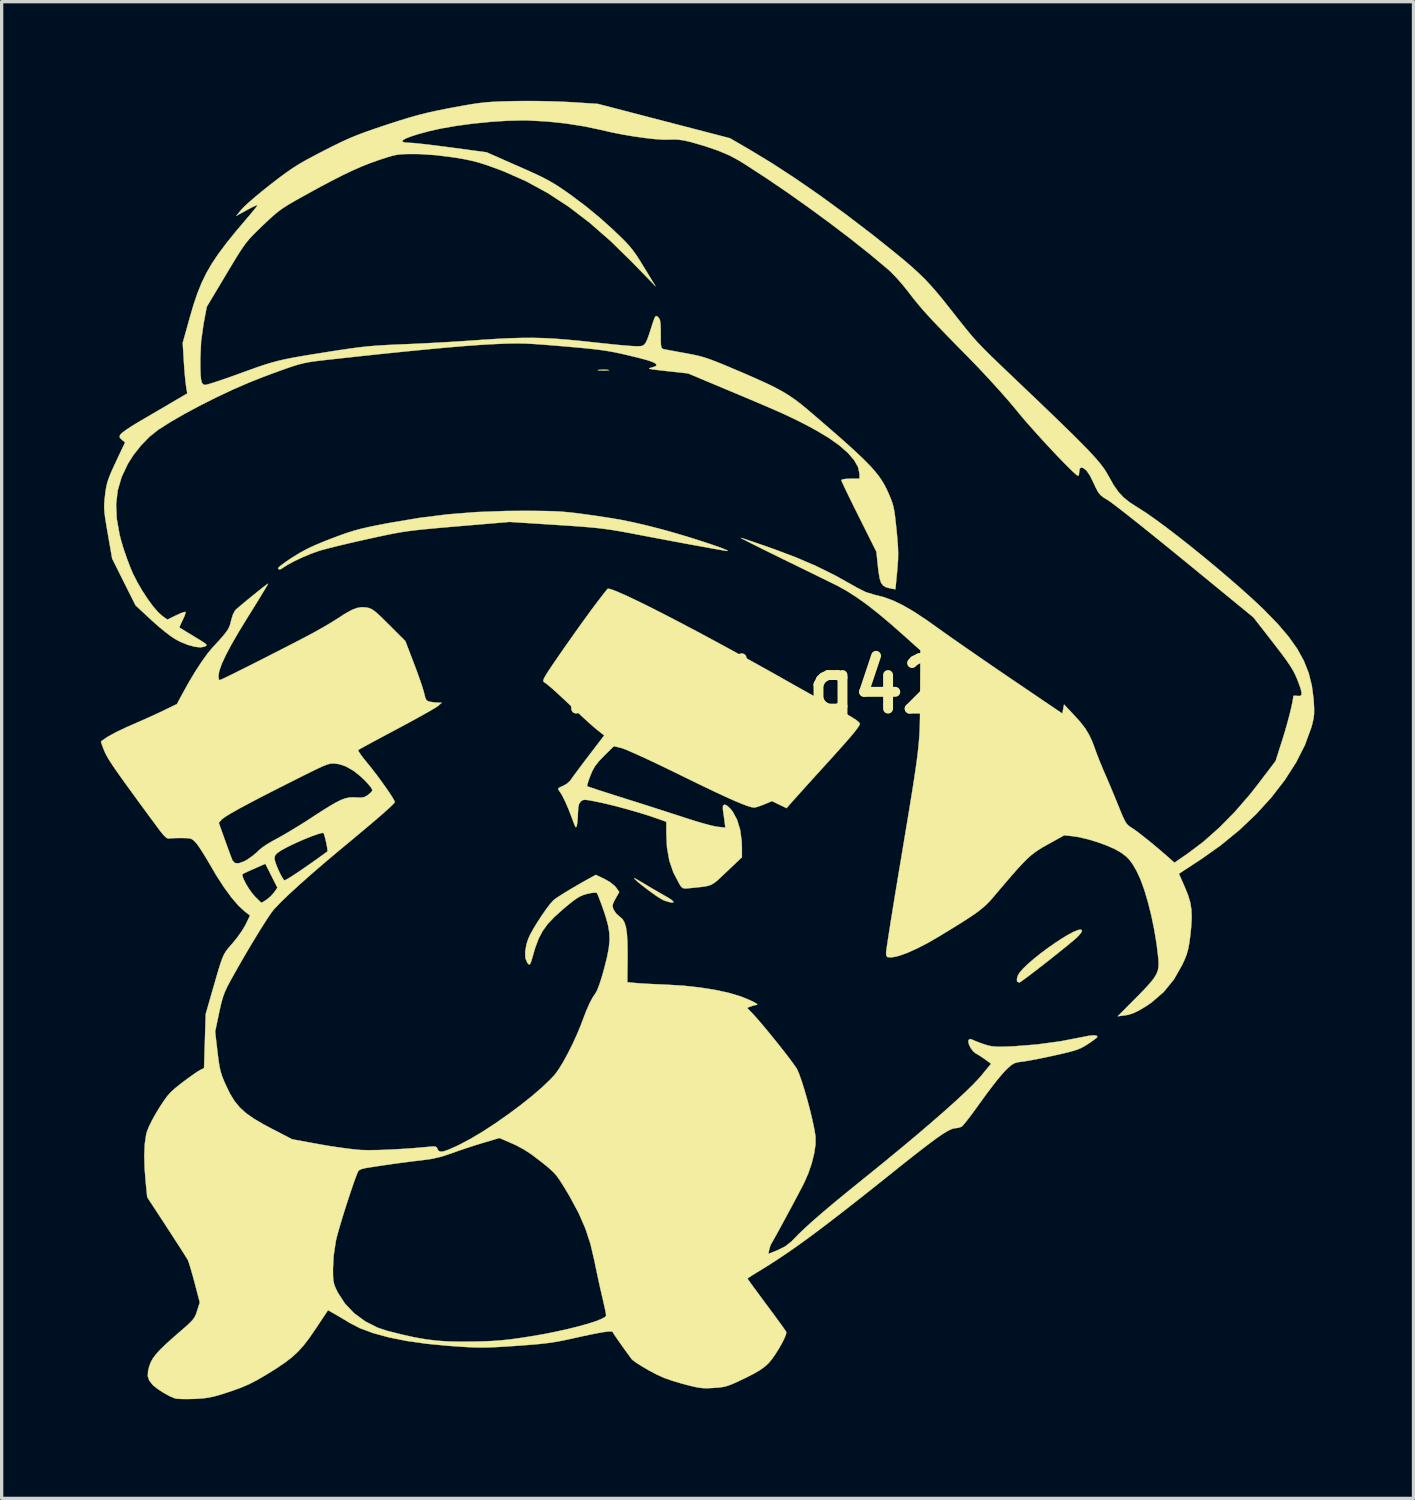
<source format=kicad_pcb>
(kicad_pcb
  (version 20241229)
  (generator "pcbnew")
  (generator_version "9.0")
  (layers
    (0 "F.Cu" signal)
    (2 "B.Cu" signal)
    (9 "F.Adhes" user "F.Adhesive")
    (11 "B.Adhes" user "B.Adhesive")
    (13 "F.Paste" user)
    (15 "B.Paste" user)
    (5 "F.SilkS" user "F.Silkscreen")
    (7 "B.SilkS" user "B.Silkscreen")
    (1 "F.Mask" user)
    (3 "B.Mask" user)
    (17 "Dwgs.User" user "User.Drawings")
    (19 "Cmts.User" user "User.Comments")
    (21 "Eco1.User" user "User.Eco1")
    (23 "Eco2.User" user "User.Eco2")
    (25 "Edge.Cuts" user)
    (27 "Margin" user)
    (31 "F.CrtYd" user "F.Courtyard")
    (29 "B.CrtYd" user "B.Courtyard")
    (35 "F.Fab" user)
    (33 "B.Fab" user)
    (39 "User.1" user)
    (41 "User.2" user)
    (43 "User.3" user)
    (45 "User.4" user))
  (footprint "F.Silk_g42"
    (layer "F.Cu")
    (at 19.856 17.694)
    (property "Reference" "F.Silk_g42" (at 0 0 0) (layer "F.SilkS") (effects (font (size 1.524 1.524) (thickness 0.3))))
    (attr through_hole)
    (fp_poly (pts (xy -4.519 -9.556) (xy -4.487 -9.547) (xy -4.53 -9.541) (xy -4.639 -9.539) (xy -4.657 -9.539) (xy -4.773 -9.541) (xy -4.825 -9.546) (xy -4.803 -9.555) (xy -4.794 -9.556) (xy -4.646 -9.563) (xy -4.519 -9.556)) (stroke (width 0.01) (type solid)) (fill yes) (layer "F.SilkS"))
    (fp_poly (pts (xy -3.692 5.83) (xy -3.601 5.88) (xy -3.468 5.958) (xy -3.355 6.026) (xy -3.168 6.137) (xy -2.979 6.247) (xy -2.819 6.339) (xy -2.762 6.37) (xy -2.612 6.461) (xy -2.541 6.524) (xy -2.545 6.555) (xy -2.622 6.551) (xy -2.77 6.508) (xy -2.841 6.481) (xy -2.925 6.437) (xy -3.049 6.357) (xy -3.195 6.254) (xy -3.349 6.14) (xy -3.495 6.027) (xy -3.617 5.927) (xy -3.699 5.852) (xy -3.725 5.815) (xy -3.692 5.83)) (stroke (width 0.01) (type solid)) (fill yes) (layer "F.SilkS"))
    (fp_poly (pts (xy 9.821 7.409) (xy 9.821 7.409) (xy 9.793 7.467) (xy 9.722 7.554) (xy 9.684 7.594) (xy 9.603 7.667) (xy 9.474 7.775) (xy 9.309 7.911) (xy 9.116 8.066) (xy 8.908 8.232) (xy 8.696 8.399) (xy 8.489 8.56) (xy 8.299 8.705) (xy 8.137 8.827) (xy 8.013 8.918) (xy 7.939 8.968) (xy 7.923 8.975) (xy 7.861 8.944) (xy 7.856 8.937) (xy 7.852 8.875) (xy 7.876 8.775) (xy 7.877 8.771) (xy 7.935 8.673) (xy 8.043 8.549) (xy 8.191 8.406) (xy 8.372 8.251) (xy 8.573 8.09) (xy 8.787 7.931) (xy 9.004 7.779) (xy 9.213 7.642) (xy 9.406 7.526) (xy 9.573 7.438) (xy 9.704 7.385) (xy 9.79 7.373) (xy 9.821 7.409)) (stroke (width 0.01) (type solid)) (fill yes) (layer "F.SilkS"))
    (fp_poly (pts (xy -6.673 -5.291) (xy -6.384 -5.287) (xy -6.139 -5.28) (xy -5.918 -5.268) (xy -5.702 -5.249) (xy -5.47 -5.223) (xy -5.202 -5.187) (xy -4.889 -5.143) (xy -4.47 -5.079) (xy -4.101 -5.016) (xy -3.752 -4.945) (xy -3.392 -4.862) (xy -2.991 -4.76) (xy -2.857 -4.725) (xy -2.613 -4.657) (xy -2.354 -4.582) (xy -2.091 -4.503) (xy -1.833 -4.422) (xy -1.589 -4.343) (xy -1.367 -4.269) (xy -1.178 -4.203) (xy -1.03 -4.148) (xy -0.933 -4.107) (xy -0.895 -4.083) (xy -0.927 -4.08) (xy -0.953 -4.083) (xy -1.117 -4.112) (xy -1.351 -4.153) (xy -1.641 -4.206) (xy -1.974 -4.266) (xy -2.335 -4.333) (xy -2.71 -4.403) (xy -3.087 -4.474) (xy -3.452 -4.543) (xy -3.598 -4.571) (xy -3.906 -4.63) (xy -4.168 -4.677) (xy -4.401 -4.716) (xy -4.621 -4.747) (xy -4.845 -4.774) (xy -5.088 -4.797) (xy -5.368 -4.82) (xy -5.7 -4.843) (xy -6.086 -4.868) (xy -7.493 -4.958) (xy -9.07 -4.825) (xy -9.482 -4.79) (xy -9.823 -4.759) (xy -10.108 -4.732) (xy -10.351 -4.706) (xy -10.567 -4.678) (xy -10.769 -4.648) (xy -10.971 -4.612) (xy -11.188 -4.569) (xy -11.434 -4.517) (xy -11.723 -4.454) (xy -11.79 -4.439) (xy -12.11 -4.368) (xy -12.422 -4.295) (xy -12.71 -4.226) (xy -12.959 -4.164) (xy -13.155 -4.112) (xy -13.271 -4.078) (xy -13.51 -3.991) (xy -13.763 -3.885) (xy -14.005 -3.771) (xy -14.209 -3.66) (xy -14.315 -3.593) (xy -14.409 -3.532) (xy -14.46 -3.518) (xy -14.493 -3.546) (xy -14.496 -3.552) (xy -14.472 -3.587) (xy -14.388 -3.658) (xy -14.257 -3.754) (xy -14.092 -3.865) (xy -14.06 -3.886) (xy -13.841 -4.02) (xy -13.624 -4.138) (xy -13.385 -4.25) (xy -13.103 -4.368) (xy -12.864 -4.461) (xy -12.615 -4.554) (xy -12.401 -4.629) (xy -12.204 -4.691) (xy -12.005 -4.745) (xy -11.783 -4.797) (xy -11.521 -4.852) (xy -11.199 -4.914) (xy -11.112 -4.93) (xy -10.226 -5.079) (xy -9.363 -5.187) (xy -8.495 -5.256) (xy -7.593 -5.289) (xy -7.027 -5.293) (xy -6.673 -5.291)) (stroke (width 0.01) (type solid)) (fill yes) (layer "F.SilkS"))
    (fp_poly (pts (xy -4.353 -2.895) (xy -4.167 -2.819) (xy -3.922 -2.709) (xy -3.623 -2.567) (xy -3.274 -2.395) (xy -2.881 -2.196) (xy -2.449 -1.973) (xy -1.982 -1.727) (xy -1.485 -1.462) (xy -0.963 -1.18) (xy -0.422 -0.883) (xy 0.135 -0.574) (xy 0.703 -0.256) (xy 0.741 -0.234) (xy 1.081 -0.042) (xy 1.418 0.147) (xy 1.738 0.326) (xy 2.031 0.49) (xy 2.285 0.631) (xy 2.488 0.743) (xy 2.63 0.819) (xy 2.631 0.82) (xy 2.838 0.936) (xy 2.992 1.035) (xy 3.082 1.11) (xy 3.102 1.14) (xy 3.092 1.181) (xy 3.047 1.255) (xy 2.963 1.367) (xy 2.836 1.522) (xy 2.661 1.723) (xy 2.435 1.977) (xy 2.186 2.253) (xy 1.951 2.511) (xy 1.726 2.759) (xy 1.52 2.987) (xy 1.341 3.186) (xy 1.198 3.345) (xy 1.098 3.456) (xy 1.067 3.491) (xy 0.885 3.699) (xy 0.445 3.487) (xy 0.212 3.584) (xy 0.075 3.636) (xy -0.038 3.672) (xy -0.088 3.682) (xy -0.17 3.671) (xy -0.296 3.634) (xy -0.468 3.569) (xy -0.693 3.475) (xy -0.973 3.35) (xy -1.315 3.19) (xy -1.721 2.996) (xy -2.197 2.764) (xy -2.307 2.709) (xy -2.654 2.54) (xy -2.986 2.38) (xy -3.293 2.235) (xy -3.566 2.109) (xy -3.795 2.007) (xy -3.971 1.931) (xy -4.083 1.888) (xy -4.106 1.882) (xy -4.339 1.825) (xy -4.636 2.118) (xy -4.793 2.282) (xy -4.902 2.42) (xy -4.984 2.562) (xy -5.049 2.715) (xy -5.103 2.861) (xy -5.138 2.973) (xy -5.15 3.032) (xy -5.149 3.036) (xy -5.105 3.053) (xy -4.991 3.091) (xy -4.817 3.149) (xy -4.594 3.221) (xy -4.331 3.305) (xy -4.04 3.397) (xy -3.994 3.412) (xy -3.651 3.52) (xy -3.29 3.635) (xy -2.932 3.75) (xy -2.6 3.857) (xy -2.312 3.95) (xy -2.145 4.005) (xy -1.894 4.085) (xy -1.654 4.156) (xy -1.442 4.213) (xy -1.278 4.251) (xy -1.199 4.264) (xy -0.967 4.288) (xy -0.993 4.081) (xy -1.014 3.924) (xy -1.035 3.778) (xy -1.041 3.736) (xy -1.039 3.631) (xy -0.996 3.593) (xy -0.92 3.62) (xy -0.821 3.71) (xy -0.747 3.801) (xy -0.614 4.045) (xy -0.52 4.349) (xy -0.472 4.698) (xy -0.466 4.881) (xy -0.466 5.185) (xy -0.92 5.616) (xy -1.088 5.775) (xy -1.213 5.891) (xy -1.315 5.971) (xy -1.412 6.023) (xy -1.523 6.057) (xy -1.667 6.08) (xy -1.863 6.101) (xy -2.043 6.119) (xy -2.174 6.13) (xy -2.251 6.119) (xy -2.304 6.074) (xy -2.351 6.003) (xy -2.537 5.651) (xy -2.662 5.286) (xy -2.732 4.887) (xy -2.751 4.48) (xy -2.752 4.113) (xy -2.932 4.047) (xy -3.226 3.945) (xy -3.575 3.836) (xy -3.946 3.729) (xy -4.311 3.631) (xy -4.64 3.552) (xy -4.713 3.536) (xy -4.935 3.49) (xy -5.089 3.461) (xy -5.192 3.448) (xy -5.257 3.451) (xy -5.301 3.467) (xy -5.337 3.495) (xy -5.388 3.565) (xy -5.415 3.675) (xy -5.424 3.827) (xy -5.431 3.99) (xy -5.445 4.139) (xy -5.456 4.212) (xy -5.472 4.267) (xy -5.49 4.277) (xy -5.518 4.231) (xy -5.561 4.122) (xy -5.606 4) (xy -5.706 3.74) (xy -5.807 3.507) (xy -5.901 3.318) (xy -5.98 3.19) (xy -5.997 3.17) (xy -6.026 3.123) (xy -6.004 3.087) (xy -5.918 3.045) (xy -5.888 3.033) (xy -5.761 2.962) (xy -5.66 2.87) (xy -5.644 2.848) (xy -5.595 2.777) (xy -5.504 2.652) (xy -5.381 2.487) (xy -5.236 2.294) (xy -5.1 2.115) (xy -4.63 1.5) (xy -4.844 1.332) (xy -4.951 1.242) (xy -5.102 1.109) (xy -5.279 0.947) (xy -5.466 0.772) (xy -5.545 0.697) (xy -5.816 0.439) (xy -6.034 0.235) (xy -6.204 0.082) (xy -6.331 -0.026) (xy -6.421 -0.094) (xy -6.455 -0.116) (xy -6.472 -0.135) (xy -6.472 -0.169) (xy -6.45 -0.227) (xy -6.402 -0.315) (xy -6.323 -0.441) (xy -6.208 -0.614) (xy -6.054 -0.839) (xy -5.855 -1.126) (xy -5.84 -1.148) (xy -5.552 -1.557) (xy -5.281 -1.937) (xy -5.032 -2.279) (xy -4.812 -2.573) (xy -4.628 -2.811) (xy -4.529 -2.933) (xy -4.475 -2.934) (xy -4.353 -2.895)) (stroke (width 0.01) (type solid)) (fill yes) (layer "F.SilkS"))
    (fp_poly (pts (xy -6.631 -17.687) (xy -6.24 -17.679) (xy -5.875 -17.666) (xy -5.64 -17.654) (xy -4.824 -17.602) (xy -2.825 -17.082) (xy -0.826 -16.563) (xy -0.21 -16.204) (xy 0.458 -15.799) (xy 1.168 -15.335) (xy 1.91 -14.821) (xy 2.673 -14.264) (xy 3.447 -13.673) (xy 3.789 -13.402) (xy 4.132 -13.126) (xy 4.419 -12.891) (xy 4.661 -12.684) (xy 4.87 -12.494) (xy 5.059 -12.31) (xy 5.237 -12.121) (xy 5.417 -11.915) (xy 5.61 -11.682) (xy 5.827 -11.409) (xy 5.855 -11.374) (xy 6.031 -11.15) (xy 6.181 -10.961) (xy 6.311 -10.799) (xy 6.428 -10.656) (xy 6.542 -10.524) (xy 6.658 -10.394) (xy 6.785 -10.26) (xy 6.93 -10.113) (xy 7.101 -9.945) (xy 7.305 -9.749) (xy 7.549 -9.515) (xy 7.841 -9.236) (xy 8.086 -9.003) (xy 8.527 -8.583) (xy 8.91 -8.215) (xy 9.241 -7.895) (xy 9.524 -7.619) (xy 9.762 -7.381) (xy 9.962 -7.178) (xy 10.127 -7.003) (xy 10.262 -6.853) (xy 10.372 -6.722) (xy 10.461 -6.606) (xy 10.533 -6.5) (xy 10.593 -6.4) (xy 10.623 -6.346) (xy 10.774 -6.078) (xy 10.918 -5.87) (xy 11.076 -5.7) (xy 11.265 -5.548) (xy 11.507 -5.393) (xy 11.513 -5.389) (xy 11.747 -5.24) (xy 12.033 -5.04) (xy 12.36 -4.799) (xy 12.719 -4.525) (xy 13.099 -4.225) (xy 13.492 -3.907) (xy 13.885 -3.581) (xy 14.271 -3.253) (xy 14.638 -2.933) (xy 14.977 -2.628) (xy 15.277 -2.346) (xy 15.354 -2.271) (xy 15.749 -1.864) (xy 16.074 -1.482) (xy 16.333 -1.116) (xy 16.532 -0.754) (xy 16.677 -0.387) (xy 16.773 -0.003) (xy 16.826 0.406) (xy 16.831 0.479) (xy 16.842 0.693) (xy 16.84 0.856) (xy 16.822 1) (xy 16.785 1.159) (xy 16.753 1.271) (xy 16.563 1.79) (xy 16.296 2.317) (xy 15.958 2.845) (xy 15.555 3.367) (xy 15.093 3.875) (xy 14.579 4.363) (xy 14.018 4.823) (xy 13.435 5.236) (xy 12.752 5.684) (xy 12.932 6.091) (xy 13.03 6.333) (xy 13.096 6.554) (xy 13.131 6.776) (xy 13.139 7.02) (xy 13.122 7.308) (xy 13.097 7.548) (xy 13.065 7.786) (xy 13.03 7.969) (xy 12.985 8.128) (xy 12.919 8.294) (xy 12.853 8.437) (xy 12.602 8.879) (xy 12.294 9.258) (xy 11.926 9.577) (xy 11.742 9.701) (xy 11.532 9.825) (xy 11.365 9.904) (xy 11.219 9.95) (xy 11.134 9.965) (xy 10.901 9.995) (xy 11.46 9.432) (xy 11.688 9.2) (xy 11.86 9.013) (xy 11.985 8.86) (xy 12.068 8.728) (xy 12.116 8.606) (xy 12.137 8.481) (xy 12.137 8.34) (xy 12.129 8.237) (xy 12.079 7.816) (xy 12.007 7.383) (xy 11.919 6.953) (xy 11.816 6.544) (xy 11.705 6.17) (xy 11.588 5.849) (xy 11.47 5.595) (xy 11.465 5.587) (xy 11.356 5.4) (xy 11.26 5.267) (xy 11.157 5.162) (xy 11.026 5.062) (xy 11.006 5.048) (xy 10.815 4.938) (xy 10.565 4.828) (xy 10.28 4.725) (xy 9.986 4.637) (xy 9.708 4.573) (xy 9.542 4.548) (xy 9.283 4.52) (xy 8.785 4.797) (xy 8.638 4.879) (xy 8.51 4.958) (xy 8.391 5.039) (xy 8.275 5.131) (xy 8.153 5.242) (xy 8.018 5.379) (xy 7.86 5.549) (xy 7.674 5.761) (xy 7.45 6.022) (xy 7.18 6.339) (xy 7.147 6.379) (xy 7.047 6.493) (xy 6.949 6.596) (xy 6.842 6.694) (xy 6.718 6.796) (xy 6.567 6.906) (xy 6.38 7.031) (xy 6.149 7.179) (xy 5.863 7.356) (xy 5.515 7.568) (xy 5.471 7.594) (xy 5.132 7.79) (xy 4.813 7.953) (xy 4.525 8.081) (xy 4.28 8.168) (xy 4.087 8.21) (xy 4.035 8.213) (xy 3.939 8.205) (xy 3.901 8.164) (xy 3.895 8.082) (xy 3.901 8.016) (xy 3.921 7.875) (xy 3.952 7.667) (xy 3.994 7.4) (xy 4.044 7.082) (xy 4.102 6.721) (xy 4.166 6.326) (xy 4.236 5.905) (xy 4.273 5.68) (xy 4.382 5.03) (xy 4.477 4.456) (xy 4.561 3.953) (xy 4.633 3.513) (xy 4.695 3.129) (xy 4.747 2.795) (xy 4.79 2.504) (xy 4.826 2.248) (xy 4.854 2.022) (xy 4.876 1.818) (xy 4.893 1.629) (xy 4.905 1.449) (xy 4.913 1.271) (xy 4.918 1.089) (xy 4.921 0.894) (xy 4.923 0.681) (xy 4.924 0.443) (xy 4.925 0.303) (xy 4.932 -1.074) (xy 4.487 -1.474) (xy 4.057 -1.854) (xy 3.673 -2.177) (xy 3.327 -2.449) (xy 3.01 -2.676) (xy 2.714 -2.866) (xy 2.43 -3.024) (xy 2.349 -3.064) (xy 2.164 -3.155) (xy 1.919 -3.275) (xy 1.63 -3.417) (xy 1.313 -3.572) (xy 0.985 -3.732) (xy 0.662 -3.89) (xy 0.647 -3.898) (xy 0.36 -4.038) (xy 0.1 -4.167) (xy -0.124 -4.279) (xy -0.303 -4.37) (xy -0.428 -4.435) (xy -0.489 -4.469) (xy -0.494 -4.473) (xy -0.453 -4.463) (xy -0.342 -4.428) (xy -0.174 -4.371) (xy 0.041 -4.297) (xy 0.293 -4.21) (xy 0.51 -4.133) (xy 1.175 -3.883) (xy 1.779 -3.623) (xy 2.347 -3.343) (xy 2.904 -3.032) (xy 2.985 -2.984) (xy 3.283 -2.834) (xy 3.556 -2.751) (xy 3.829 -2.682) (xy 4.108 -2.579) (xy 4.404 -2.436) (xy 4.729 -2.248) (xy 5.093 -2.008) (xy 5.397 -1.793) (xy 5.604 -1.645) (xy 5.868 -1.458) (xy 6.178 -1.242) (xy 6.519 -1.005) (xy 6.88 -0.756) (xy 7.247 -0.504) (xy 7.609 -0.257) (xy 7.693 -0.2) (xy 9.226 0.839) (xy 9.252 0.702) (xy 9.278 0.565) (xy 9.542 0.844) (xy 9.756 1.079) (xy 9.917 1.285) (xy 10.039 1.486) (xy 10.139 1.705) (xy 10.197 1.863) (xy 10.271 2.065) (xy 10.365 2.306) (xy 10.464 2.544) (xy 10.508 2.646) (xy 10.599 2.854) (xy 10.707 3.109) (xy 10.819 3.379) (xy 10.921 3.63) (xy 10.922 3.63) (xy 11.012 3.852) (xy 11.081 4.01) (xy 11.137 4.119) (xy 11.19 4.192) (xy 11.248 4.245) (xy 11.32 4.292) (xy 11.335 4.301) (xy 11.434 4.368) (xy 11.583 4.481) (xy 11.768 4.627) (xy 11.975 4.795) (xy 12.189 4.975) (xy 12.398 5.155) (xy 12.52 5.264) (xy 12.616 5.35) (xy 13.028 5.067) (xy 13.495 4.714) (xy 13.97 4.292) (xy 14.441 3.815) (xy 14.892 3.295) (xy 15.124 3.001) (xy 15.676 2.276) (xy 15.881 1.635) (xy 15.958 1.384) (xy 16.032 1.124) (xy 16.099 0.872) (xy 16.154 0.645) (xy 16.193 0.46) (xy 16.212 0.333) (xy 16.214 0.308) (xy 16.25 0.298) (xy 16.338 0.305) (xy 16.341 0.305) (xy 16.417 0.307) (xy 16.458 0.277) (xy 16.463 0.205) (xy 16.433 0.082) (xy 16.367 -0.104) (xy 16.331 -0.197) (xy 16.274 -0.328) (xy 16.207 -0.459) (xy 16.121 -0.601) (xy 16.008 -0.767) (xy 15.86 -0.969) (xy 15.668 -1.22) (xy 15.601 -1.307) (xy 15.007 -2.07) (xy 12.945 -3.76) (xy 12.575 -4.062) (xy 12.218 -4.352) (xy 11.879 -4.625) (xy 11.566 -4.876) (xy 11.286 -5.098) (xy 11.043 -5.289) (xy 10.846 -5.441) (xy 10.7 -5.55) (xy 10.613 -5.611) (xy 10.608 -5.614) (xy 10.474 -5.697) (xy 10.382 -5.769) (xy 10.313 -5.853) (xy 10.248 -5.972) (xy 10.174 -6.131) (xy 10.062 -6.358) (xy 9.96 -6.507) (xy 9.863 -6.587) (xy 9.791 -6.604) (xy 9.751 -6.566) (xy 9.737 -6.477) (xy 9.727 -6.388) (xy 9.705 -6.35) (xy 9.704 -6.35) (xy 9.655 -6.38) (xy 9.558 -6.466) (xy 9.422 -6.598) (xy 9.254 -6.767) (xy 9.062 -6.966) (xy 8.856 -7.185) (xy 8.642 -7.416) (xy 8.43 -7.65) (xy 8.226 -7.879) (xy 8.04 -8.093) (xy 7.88 -8.285) (xy 7.853 -8.319) (xy 7.62 -8.597) (xy 7.339 -8.917) (xy 7.026 -9.261) (xy 6.696 -9.615) (xy 6.361 -9.96) (xy 6.331 -9.991) (xy 6.002 -10.325) (xy 5.725 -10.608) (xy 5.494 -10.848) (xy 5.3 -11.052) (xy 5.136 -11.229) (xy 4.995 -11.387) (xy 4.87 -11.534) (xy 4.752 -11.678) (xy 4.635 -11.827) (xy 4.553 -11.936) (xy 4.397 -12.13) (xy 4.224 -12.327) (xy 4.057 -12.501) (xy 3.947 -12.603) (xy 3.42 -13.044) (xy 2.834 -13.51) (xy 2.207 -13.988) (xy 1.556 -14.465) (xy 0.9 -14.93) (xy 0.255 -15.368) (xy -0.36 -15.767) (xy -0.555 -15.889) (xy -0.835 -16.04) (xy -1.174 -16.184) (xy -1.581 -16.324) (xy -1.993 -16.444) (xy -2.229 -16.499) (xy -2.427 -16.524) (xy -2.627 -16.523) (xy -2.649 -16.521) (xy -2.845 -16.52) (xy -3.106 -16.538) (xy -3.414 -16.573) (xy -3.752 -16.621) (xy -4.102 -16.681) (xy -4.447 -16.75) (xy -4.716 -16.813) (xy -5.236 -16.923) (xy -5.802 -17.011) (xy -6.381 -17.071) (xy -6.937 -17.101) (xy -7.112 -17.103) (xy -7.577 -17.091) (xy -8.08 -17.058) (xy -8.595 -17.006) (xy -9.097 -16.939) (xy -9.563 -16.858) (xy -9.927 -16.777) (xy -10.229 -16.696) (xy -10.464 -16.622) (xy -10.628 -16.558) (xy -10.72 -16.505) (xy -10.737 -16.464) (xy -10.676 -16.436) (xy -10.535 -16.425) (xy -10.507 -16.424) (xy -10.41 -16.418) (xy -10.243 -16.402) (xy -10.021 -16.378) (xy -9.758 -16.346) (xy -9.467 -16.309) (xy -9.25 -16.28) (xy -8.191 -16.138) (xy -7.232 -15.716) (xy -6.92 -15.578) (xy -6.669 -15.464) (xy -6.463 -15.363) (xy -6.285 -15.268) (xy -6.118 -15.17) (xy -5.945 -15.058) (xy -5.751 -14.924) (xy -5.624 -14.834) (xy -5.19 -14.508) (xy -4.751 -14.146) (xy -4.381 -13.813) (xy -4.168 -13.611) (xy -4.003 -13.448) (xy -3.873 -13.308) (xy -3.763 -13.173) (xy -3.658 -13.027) (xy -3.546 -12.853) (xy -3.434 -12.67) (xy -3.078 -12.086) (xy -3.787 -12.816) (xy -4.434 -13.45) (xy -5.071 -14.007) (xy -5.704 -14.491) (xy -6.342 -14.907) (xy -6.991 -15.261) (xy -7.659 -15.557) (xy -7.852 -15.631) (xy -8.144 -15.737) (xy -8.387 -15.816) (xy -8.61 -15.876) (xy -8.842 -15.926) (xy -9.111 -15.972) (xy -9.186 -15.984) (xy -9.721 -16.051) (xy -10.216 -16.084) (xy -10.373 -16.086) (xy -10.591 -16.085) (xy -10.758 -16.079) (xy -10.898 -16.063) (xy -11.038 -16.033) (xy -11.204 -15.984) (xy -11.42 -15.913) (xy -11.453 -15.902) (xy -11.712 -15.81) (xy -11.975 -15.706) (xy -12.253 -15.583) (xy -12.558 -15.437) (xy -12.9 -15.262) (xy -13.293 -15.053) (xy -13.712 -14.823) (xy -13.973 -14.677) (xy -14.177 -14.558) (xy -14.341 -14.454) (xy -14.484 -14.351) (xy -14.623 -14.237) (xy -14.775 -14.099) (xy -14.959 -13.925) (xy -14.965 -13.919) (xy -15.119 -13.77) (xy -15.245 -13.645) (xy -15.351 -13.532) (xy -15.446 -13.419) (xy -15.539 -13.294) (xy -15.64 -13.144) (xy -15.758 -12.957) (xy -15.901 -12.721) (xy -16.067 -12.444) (xy -16.653 -11.464) (xy -16.749 -10.95) (xy -16.823 -10.429) (xy -16.847 -9.901) (xy -16.846 -9.618) (xy -16.839 -9.41) (xy -16.825 -9.264) (xy -16.801 -9.172) (xy -16.766 -9.122) (xy -16.717 -9.103) (xy -16.696 -9.102) (xy -16.629 -9.116) (xy -16.495 -9.156) (xy -16.307 -9.217) (xy -16.078 -9.295) (xy -15.82 -9.386) (xy -15.675 -9.439) (xy -15.376 -9.547) (xy -15.125 -9.637) (xy -14.906 -9.711) (xy -14.706 -9.772) (xy -14.51 -9.825) (xy -14.305 -9.873) (xy -14.076 -9.919) (xy -13.809 -9.967) (xy -13.49 -10.02) (xy -13.105 -10.081) (xy -13.001 -10.098) (xy -12.615 -10.158) (xy -12.291 -10.205) (xy -12.01 -10.242) (xy -11.75 -10.27) (xy -11.49 -10.291) (xy -11.211 -10.308) (xy -10.891 -10.323) (xy -10.736 -10.329) (xy -10.379 -10.344) (xy -9.99 -10.363) (xy -9.597 -10.384) (xy -9.226 -10.405) (xy -8.905 -10.426) (xy -8.826 -10.431) (xy -8.308 -10.467) (xy -7.86 -10.495) (xy -7.465 -10.514) (xy -7.11 -10.524) (xy -6.779 -10.525) (xy -6.457 -10.517) (xy -6.129 -10.5) (xy -5.781 -10.473) (xy -5.397 -10.437) (xy -4.975 -10.392) (xy -4.572 -10.349) (xy -4.245 -10.315) (xy -3.987 -10.292) (xy -3.79 -10.277) (xy -3.646 -10.271) (xy -3.548 -10.273) (xy -3.488 -10.282) (xy -3.476 -10.286) (xy -3.422 -10.319) (xy -3.375 -10.378) (xy -3.328 -10.478) (xy -3.272 -10.634) (xy -3.225 -10.779) (xy -3.163 -10.973) (xy -3.119 -11.098) (xy -3.087 -11.165) (xy -3.058 -11.186) (xy -3.027 -11.173) (xy -3.003 -11.152) (xy -2.965 -11.108) (xy -2.941 -11.044) (xy -2.928 -10.943) (xy -2.922 -10.788) (xy -2.921 -10.641) (xy -2.92 -10.445) (xy -2.915 -10.317) (xy -2.902 -10.242) (xy -2.879 -10.204) (xy -2.841 -10.186) (xy -2.826 -10.182) (xy -2.75 -10.167) (xy -2.609 -10.141) (xy -2.423 -10.106) (xy -2.208 -10.067) (xy -2.159 -10.058) (xy -1.957 -10.02) (xy -1.782 -9.982) (xy -1.615 -9.936) (xy -1.44 -9.878) (xy -1.239 -9.803) (xy -0.994 -9.703) (xy -0.722 -9.588) (xy -0.311 -9.413) (xy 0.032 -9.262) (xy 0.32 -9.13) (xy 0.563 -9.01) (xy 0.774 -8.895) (xy 0.964 -8.778) (xy 1.144 -8.654) (xy 1.326 -8.515) (xy 1.521 -8.355) (xy 1.693 -8.208) (xy 2.111 -7.848) (xy 2.47 -7.536) (xy 2.774 -7.265) (xy 3.029 -7.031) (xy 3.242 -6.827) (xy 3.417 -6.648) (xy 3.56 -6.488) (xy 3.677 -6.34) (xy 3.774 -6.199) (xy 3.856 -6.059) (xy 3.928 -5.914) (xy 3.963 -5.836) (xy 4.029 -5.683) (xy 4.078 -5.552) (xy 4.115 -5.425) (xy 4.144 -5.281) (xy 4.169 -5.101) (xy 4.195 -4.865) (xy 4.21 -4.727) (xy 4.237 -4.437) (xy 4.254 -4.206) (xy 4.26 -4.008) (xy 4.257 -3.82) (xy 4.243 -3.615) (xy 4.23 -3.467) (xy 4.177 -2.92) (xy 4.025 -2.947) (xy 3.898 -2.979) (xy 3.807 -3.031) (xy 3.743 -3.119) (xy 3.699 -3.255) (xy 3.667 -3.454) (xy 3.65 -3.595) (xy 3.602 -4.057) (xy 3.071 -5.119) (xy 2.933 -5.396) (xy 2.809 -5.649) (xy 2.702 -5.868) (xy 2.619 -6.043) (xy 2.563 -6.164) (xy 2.54 -6.221) (xy 2.54 -6.223) (xy 2.579 -6.245) (xy 2.683 -6.26) (xy 2.815 -6.265) (xy 3.09 -6.265) (xy 3.09 -6.416) (xy 3.05 -6.611) (xy 2.932 -6.822) (xy 2.741 -7.044) (xy 2.482 -7.272) (xy 2.159 -7.502) (xy 1.791 -7.721) (xy 1.594 -7.829) (xy 1.409 -7.926) (xy 1.228 -8.018) (xy 1.04 -8.11) (xy 0.835 -8.206) (xy 0.601 -8.311) (xy 0.33 -8.429) (xy 0.01 -8.566) (xy -0.369 -8.726) (xy -0.762 -8.891) (xy -2.095 -9.45) (xy -2.625 -9.508) (xy -2.887 -9.537) (xy -3.075 -9.559) (xy -3.195 -9.576) (xy -3.258 -9.589) (xy -3.273 -9.601) (xy -3.247 -9.614) (xy -3.189 -9.629) (xy -3.186 -9.63) (xy -3.092 -9.66) (xy -3.049 -9.692) (xy -3.048 -9.694) (xy -3.063 -9.732) (xy -3.113 -9.77) (xy -3.208 -9.811) (xy -3.357 -9.859) (xy -3.571 -9.916) (xy -3.857 -9.986) (xy -3.877 -9.991) (xy -4.1 -10.043) (xy -4.301 -10.086) (xy -4.496 -10.122) (xy -4.7 -10.153) (xy -4.928 -10.182) (xy -5.196 -10.21) (xy -5.519 -10.24) (xy -5.863 -10.27) (xy -6.236 -10.301) (xy -6.542 -10.325) (xy -6.797 -10.342) (xy -7.018 -10.353) (xy -7.221 -10.357) (xy -7.424 -10.356) (xy -7.642 -10.35) (xy -7.893 -10.339) (xy -8.086 -10.33) (xy -8.435 -10.309) (xy -8.864 -10.277) (xy -9.367 -10.235) (xy -9.939 -10.182) (xy -10.577 -10.12) (xy -11.275 -10.049) (xy -12.029 -9.969) (xy -12.833 -9.881) (xy -12.996 -9.863) (xy -13.224 -9.837) (xy -13.412 -9.813) (xy -13.575 -9.788) (xy -13.728 -9.757) (xy -13.884 -9.717) (xy -14.057 -9.664) (xy -14.263 -9.594) (xy -14.514 -9.503) (xy -14.826 -9.388) (xy -14.952 -9.341) (xy -15.394 -9.165) (xy -15.871 -8.957) (xy -16.362 -8.726) (xy -16.85 -8.48) (xy -17.316 -8.231) (xy -17.739 -7.987) (xy -18.102 -7.757) (xy -18.123 -7.743) (xy -18.382 -7.536) (xy -18.64 -7.271) (xy -18.875 -6.975) (xy -19.039 -6.715) (xy -19.227 -6.317) (xy -19.345 -5.915) (xy -19.394 -5.498) (xy -19.375 -5.054) (xy -19.289 -4.573) (xy -19.241 -4.387) (xy -19.163 -4.128) (xy -19.065 -3.844) (xy -18.962 -3.574) (xy -18.89 -3.406) (xy -18.757 -3.143) (xy -18.603 -2.876) (xy -18.437 -2.623) (xy -18.272 -2.399) (xy -18.118 -2.221) (xy -17.997 -2.113) (xy -17.843 -2.003) (xy -17.58 -2.132) (xy -17.446 -2.193) (xy -17.344 -2.23) (xy -17.294 -2.237) (xy -17.293 -2.237) (xy -17.298 -2.189) (xy -17.334 -2.091) (xy -17.38 -1.992) (xy -17.437 -1.873) (xy -17.472 -1.789) (xy -17.477 -1.762) (xy -17.437 -1.737) (xy -17.341 -1.678) (xy -17.206 -1.596) (xy -17.124 -1.546) (xy -16.923 -1.424) (xy -16.786 -1.339) (xy -16.702 -1.282) (xy -16.663 -1.247) (xy -16.66 -1.224) (xy -16.684 -1.205) (xy -16.72 -1.186) (xy -16.839 -1.163) (xy -17.01 -1.181) (xy -17.217 -1.237) (xy -17.44 -1.326) (xy -17.568 -1.391) (xy -17.716 -1.485) (xy -17.905 -1.627) (xy -18.116 -1.801) (xy -18.325 -1.987) (xy -18.806 -2.434) (xy -19.16 -3.14) (xy -19.513 -3.847) (xy -19.645 -4.6) (xy -19.692 -4.876) (xy -19.726 -5.087) (xy -19.746 -5.25) (xy -19.754 -5.385) (xy -19.753 -5.509) (xy -19.742 -5.64) (xy -19.731 -5.74) (xy -19.711 -5.902) (xy -19.687 -6.037) (xy -19.656 -6.164) (xy -19.61 -6.298) (xy -19.545 -6.458) (xy -19.453 -6.661) (xy -19.337 -6.91) (xy -19.122 -7.364) (xy -19.219 -7.442) (xy -19.283 -7.506) (xy -19.283 -7.564) (xy -19.26 -7.607) (xy -19.204 -7.66) (xy -19.09 -7.743) (xy -18.932 -7.848) (xy -18.744 -7.963) (xy -18.672 -8.006) (xy -18.43 -8.147) (xy -18.164 -8.303) (xy -17.906 -8.453) (xy -17.691 -8.58) (xy -17.242 -8.844) (xy -17.278 -9.068) (xy -17.295 -9.199) (xy -17.314 -9.389) (xy -17.332 -9.612) (xy -17.347 -9.833) (xy -17.379 -10.373) (xy -17.164 -11.145) (xy -17.051 -11.53) (xy -16.935 -11.872) (xy -16.81 -12.184) (xy -16.667 -12.478) (xy -16.5 -12.768) (xy -16.3 -13.066) (xy -16.061 -13.386) (xy -15.776 -13.739) (xy -15.466 -14.105) (xy -15.333 -14.261) (xy -15.223 -14.395) (xy -15.146 -14.492) (xy -15.114 -14.541) (xy -15.113 -14.543) (xy -15.147 -14.536) (xy -15.238 -14.496) (xy -15.369 -14.429) (xy -15.436 -14.393) (xy -15.759 -14.216) (xy -15.595 -14.415) (xy -15.511 -14.502) (xy -15.373 -14.628) (xy -15.194 -14.783) (xy -14.985 -14.956) (xy -14.762 -15.134) (xy -14.711 -15.174) (xy -14.457 -15.37) (xy -14.242 -15.528) (xy -14.048 -15.662) (xy -13.853 -15.785) (xy -13.638 -15.908) (xy -13.384 -16.044) (xy -13.123 -16.18) (xy -12.827 -16.33) (xy -12.573 -16.453) (xy -12.341 -16.559) (xy -12.111 -16.654) (xy -11.861 -16.748) (xy -11.571 -16.85) (xy -11.222 -16.967) (xy -11.218 -16.968) (xy -10.847 -17.089) (xy -10.532 -17.186) (xy -10.249 -17.266) (xy -9.977 -17.334) (xy -9.69 -17.397) (xy -9.367 -17.462) (xy -9.229 -17.488) (xy -8.905 -17.547) (xy -8.643 -17.592) (xy -8.419 -17.625) (xy -8.212 -17.648) (xy -8 -17.664) (xy -7.76 -17.675) (xy -7.47 -17.683) (xy -7.366 -17.685) (xy -7.018 -17.689) (xy -6.631 -17.687)) (stroke (width 0.01) (type solid)) (fill yes) (layer "F.SilkS"))
    (fp_poly (pts (xy -14.816 -3.056) (xy -14.871 -2.959) (xy -14.961 -2.809) (xy -15.079 -2.615) (xy -15.22 -2.386) (xy -15.379 -2.131) (xy -15.394 -2.107) (xy -15.674 -1.651) (xy -15.901 -1.259) (xy -16.076 -0.93) (xy -16.2 -0.661) (xy -16.274 -0.452) (xy -16.298 -0.299) (xy -16.298 -0.299) (xy -16.289 -0.208) (xy -16.267 -0.169) (xy -16.267 -0.169) (xy -16.221 -0.188) (xy -16.109 -0.24) (xy -15.943 -0.321) (xy -15.731 -0.426) (xy -15.484 -0.55) (xy -15.212 -0.686) (xy -14.924 -0.832) (xy -14.632 -0.981) (xy -14.344 -1.128) (xy -14.07 -1.268) (xy -13.822 -1.397) (xy -13.608 -1.509) (xy -13.439 -1.599) (xy -13.399 -1.621) (xy -13.192 -1.737) (xy -12.988 -1.855) (xy -12.811 -1.962) (xy -12.7 -2.033) (xy -12.459 -2.188) (xy -12.267 -2.294) (xy -12.108 -2.355) (xy -11.969 -2.379) (xy -11.839 -2.372) (xy -11.759 -2.356) (xy -11.686 -2.33) (xy -11.61 -2.285) (xy -11.516 -2.21) (xy -11.394 -2.098) (xy -11.231 -1.938) (xy -11.14 -1.848) (xy -10.646 -1.355) (xy -10.382 -0.667) (xy -10.291 -0.424) (xy -10.208 -0.191) (xy -10.139 0.012) (xy -10.091 0.169) (xy -10.073 0.239) (xy -10.041 0.368) (xy -10.003 0.438) (xy -9.942 0.472) (xy -9.898 0.482) (xy -9.764 0.502) (xy -9.657 0.509) (xy -9.546 0.511) (xy -9.657 0.608) (xy -9.722 0.652) (xy -9.851 0.73) (xy -10.035 0.835) (xy -10.263 0.962) (xy -10.524 1.105) (xy -10.809 1.258) (xy -10.906 1.31) (xy -11.191 1.461) (xy -11.452 1.601) (xy -11.679 1.723) (xy -11.863 1.823) (xy -11.995 1.896) (xy -12.065 1.936) (xy -12.074 1.941) (xy -12.06 1.983) (xy -12 2.074) (xy -11.904 2.202) (xy -11.784 2.35) (xy -11.656 2.508) (xy -11.516 2.69) (xy -11.374 2.882) (xy -11.239 3.071) (xy -11.122 3.242) (xy -11.031 3.383) (xy -10.976 3.48) (xy -10.964 3.514) (xy -10.988 3.551) (xy -11.061 3.626) (xy -11.185 3.741) (xy -11.363 3.899) (xy -11.598 4.101) (xy -11.892 4.349) (xy -12.248 4.647) (xy -12.579 4.922) (xy -13.042 5.31) (xy -13.461 5.671) (xy -13.833 6) (xy -14.152 6.292) (xy -14.414 6.544) (xy -14.612 6.751) (xy -14.621 6.761) (xy -14.696 6.858) (xy -14.805 7.017) (xy -14.941 7.229) (xy -15.099 7.482) (xy -15.271 7.765) (xy -15.451 8.067) (xy -15.631 8.378) (xy -15.806 8.686) (xy -15.92 8.89) (xy -16.027 9.091) (xy -16.105 9.259) (xy -16.165 9.422) (xy -16.217 9.608) (xy -16.27 9.844) (xy -16.281 9.898) (xy -16.399 10.461) (xy -16.329 11.062) (xy -16.298 11.315) (xy -16.268 11.508) (xy -16.233 11.666) (xy -16.186 11.812) (xy -16.122 11.972) (xy -16.078 12.071) (xy -15.948 12.338) (xy -15.811 12.561) (xy -15.654 12.753) (xy -15.463 12.926) (xy -15.226 13.093) (xy -14.929 13.267) (xy -14.725 13.375) (xy -14.068 13.716) (xy -13.247 13.866) (xy -12.956 13.916) (xy -12.658 13.961) (xy -12.377 13.999) (xy -12.136 14.027) (xy -11.98 14.04) (xy -11.753 14.045) (xy -11.46 14.041) (xy -11.12 14.028) (xy -10.754 14.008) (xy -10.379 13.982) (xy -10.014 13.95) (xy -9.942 13.943) (xy -9.805 13.932) (xy -9.729 13.938) (xy -9.691 13.968) (xy -9.675 14.007) (xy -9.641 14.066) (xy -9.58 14.09) (xy -9.483 14.079) (xy -9.338 14.029) (xy -9.137 13.94) (xy -8.984 13.867) (xy -8.656 13.692) (xy -8.296 13.477) (xy -7.92 13.231) (xy -7.54 12.965) (xy -7.17 12.69) (xy -6.824 12.415) (xy -6.517 12.15) (xy -6.261 11.906) (xy -6.121 11.755) (xy -6.007 11.598) (xy -5.873 11.38) (xy -5.729 11.116) (xy -5.584 10.827) (xy -5.448 10.528) (xy -5.328 10.237) (xy -5.292 10.139) (xy -5.179 9.843) (xy -5.079 9.613) (xy -4.984 9.433) (xy -4.889 9.291) (xy -4.839 9.196) (xy -4.777 9.033) (xy -4.707 8.819) (xy -4.635 8.566) (xy -4.631 8.55) (xy -4.546 8.213) (xy -4.492 7.935) (xy -4.469 7.696) (xy -4.475 7.473) (xy -4.513 7.247) (xy -4.581 6.998) (xy -4.646 6.8) (xy -4.715 6.605) (xy -4.777 6.44) (xy -4.825 6.321) (xy -4.854 6.263) (xy -4.855 6.262) (xy -4.911 6.253) (xy -5.023 6.266) (xy -5.147 6.292) (xy -5.261 6.325) (xy -5.365 6.37) (xy -5.475 6.437) (xy -5.608 6.535) (xy -5.781 6.676) (xy -5.87 6.751) (xy -6.134 6.987) (xy -6.337 7.201) (xy -6.492 7.414) (xy -6.613 7.644) (xy -6.714 7.911) (xy -6.763 8.074) (xy -6.815 8.257) (xy -6.851 8.369) (xy -6.879 8.423) (xy -6.905 8.429) (xy -6.936 8.4) (xy -6.952 8.382) (xy -7.013 8.243) (xy -7.022 8.05) (xy -6.981 7.814) (xy -6.929 7.654) (xy -6.868 7.521) (xy -6.771 7.345) (xy -6.649 7.146) (xy -6.515 6.941) (xy -6.383 6.751) (xy -6.263 6.593) (xy -6.168 6.488) (xy -6.153 6.474) (xy -6.071 6.414) (xy -5.931 6.323) (xy -5.75 6.211) (xy -5.545 6.089) (xy -5.332 5.965) (xy -5.163 5.87) (xy -4.885 5.717) (xy -4.629 5.838) (xy -4.456 5.937) (xy -4.32 6.046) (xy -4.275 6.097) (xy -4.176 6.235) (xy -4.289 6.436) (xy -4.354 6.558) (xy -4.378 6.641) (xy -4.367 6.716) (xy -4.346 6.771) (xy -4.269 6.888) (xy -4.161 6.984) (xy -4.159 6.985) (xy -4.08 7.053) (xy -4.018 7.155) (xy -3.974 7.299) (xy -3.944 7.496) (xy -3.928 7.755) (xy -3.923 8.084) (xy -3.924 8.261) (xy -3.932 8.965) (xy -3.67 8.99) (xy -3.534 9) (xy -3.336 9.012) (xy -3.098 9.024) (xy -2.843 9.035) (xy -2.731 9.04) (xy -2.23 9.07) (xy -1.745 9.123) (xy -1.291 9.194) (xy -0.885 9.281) (xy -0.542 9.382) (xy -0.448 9.416) (xy -0.239 9.502) (xy -0.092 9.572) (xy -0.012 9.621) (xy -0.003 9.648) (xy -0.031 9.652) (xy -0.103 9.666) (xy -0.195 9.696) (xy -0.31 9.74) (xy -0.158 9.897) (xy -0.045 10.021) (xy 0.101 10.188) (xy 0.268 10.387) (xy 0.446 10.604) (xy 0.627 10.828) (xy 0.799 11.046) (xy 0.954 11.246) (xy 1.08 11.416) (xy 1.169 11.542) (xy 1.204 11.599) (xy 1.27 11.752) (xy 1.346 11.969) (xy 1.429 12.233) (xy 1.512 12.523) (xy 1.592 12.823) (xy 1.662 13.114) (xy 1.718 13.376) (xy 1.755 13.592) (xy 1.762 13.652) (xy 1.76 13.878) (xy 1.718 14.152) (xy 1.643 14.452) (xy 1.538 14.756) (xy 1.416 15.033) (xy 1.346 15.169) (xy 1.251 15.35) (xy 1.139 15.562) (xy 1.016 15.792) (xy 0.888 16.029) (xy 0.764 16.259) (xy 0.649 16.47) (xy 0.551 16.648) (xy 0.476 16.782) (xy 0.431 16.859) (xy 0.424 16.87) (xy 0.392 16.939) (xy 0.362 17.045) (xy 0.362 17.047) (xy 0.333 17.182) (xy 0.612 17.071) (xy 0.844 16.956) (xy 1.036 16.804) (xy 1.091 16.747) (xy 1.255 16.579) (xy 1.455 16.389) (xy 1.694 16.172) (xy 1.98 15.925) (xy 2.316 15.641) (xy 2.709 15.318) (xy 3.163 14.95) (xy 3.302 14.838) (xy 3.832 14.409) (xy 4.336 13.994) (xy 4.808 13.599) (xy 5.243 13.228) (xy 5.638 12.884) (xy 5.986 12.572) (xy 6.283 12.297) (xy 6.524 12.062) (xy 6.704 11.872) (xy 6.761 11.806) (xy 7.071 11.431) (xy 6.89 11.299) (xy 6.766 11.213) (xy 6.653 11.143) (xy 6.611 11.121) (xy 6.528 11.055) (xy 6.452 10.95) (xy 6.398 10.837) (xy 6.382 10.742) (xy 6.39 10.714) (xy 6.434 10.681) (xy 6.508 10.704) (xy 6.518 10.71) (xy 6.608 10.749) (xy 6.745 10.802) (xy 6.872 10.846) (xy 6.983 10.879) (xy 7.087 10.901) (xy 7.204 10.913) (xy 7.351 10.916) (xy 7.548 10.912) (xy 7.768 10.902) (xy 8.459 10.848) (xy 9.172 10.751) (xy 9.809 10.628) (xy 10.035 10.584) (xy 10.187 10.57) (xy 10.268 10.586) (xy 10.286 10.62) (xy 10.253 10.654) (xy 10.165 10.721) (xy 10.041 10.807) (xy 10.006 10.83) (xy 9.895 10.9) (xy 9.79 10.956) (xy 9.674 11.004) (xy 9.53 11.049) (xy 9.343 11.098) (xy 9.094 11.155) (xy 9.001 11.176) (xy 8.742 11.232) (xy 8.491 11.284) (xy 8.267 11.326) (xy 8.092 11.356) (xy 8.012 11.367) (xy 7.875 11.386) (xy 7.775 11.415) (xy 7.686 11.469) (xy 7.579 11.563) (xy 7.504 11.635) (xy 7.402 11.746) (xy 7.265 11.911) (xy 7.105 12.115) (xy 6.934 12.342) (xy 6.764 12.576) (xy 6.757 12.585) (xy 6.601 12.802) (xy 6.458 12.996) (xy 6.334 13.157) (xy 6.24 13.273) (xy 6.184 13.332) (xy 6.178 13.336) (xy 6.072 13.37) (xy 6.004 13.378) (xy 5.935 13.387) (xy 5.85 13.418) (xy 5.743 13.472) (xy 5.608 13.555) (xy 5.439 13.671) (xy 5.231 13.824) (xy 4.978 14.017) (xy 4.674 14.254) (xy 4.313 14.54) (xy 4.124 14.692) (xy 3.561 15.141) (xy 3.057 15.54) (xy 2.604 15.894) (xy 2.197 16.209) (xy 1.829 16.488) (xy 1.492 16.738) (xy 1.181 16.961) (xy 0.889 17.164) (xy 0.61 17.351) (xy 0.337 17.527) (xy 0.063 17.697) (xy -0.032 17.754) (xy -0.16 17.833) (xy -0.254 17.896) (xy -0.296 17.929) (xy -0.296 17.93) (xy -0.272 17.967) (xy -0.204 18.063) (xy -0.1 18.206) (xy 0.034 18.388) (xy 0.19 18.599) (xy 0.28 18.721) (xy 0.447 18.945) (xy 0.596 19.148) (xy 0.721 19.32) (xy 0.814 19.45) (xy 0.867 19.528) (xy 0.876 19.545) (xy 0.868 19.614) (xy 0.82 19.735) (xy 0.743 19.889) (xy 0.645 20.06) (xy 0.538 20.229) (xy 0.432 20.379) (xy 0.337 20.491) (xy 0.219 20.598) (xy 0.074 20.701) (xy -0.116 20.811) (xy -0.366 20.938) (xy -0.399 20.954) (xy -0.618 21.057) (xy -0.783 21.13) (xy -0.915 21.177) (xy -1.035 21.207) (xy -1.164 21.224) (xy -1.325 21.236) (xy -1.325 21.236) (xy -1.491 21.244) (xy -1.628 21.243) (xy -1.76 21.229) (xy -1.911 21.2) (xy -2.102 21.153) (xy -2.283 21.104) (xy -2.572 21.019) (xy -2.811 20.935) (xy -3.029 20.838) (xy -3.261 20.716) (xy -3.295 20.697) (xy -3.474 20.592) (xy -3.628 20.496) (xy -3.74 20.418) (xy -3.794 20.372) (xy -3.943 20.169) (xy -4.082 19.976) (xy -4.203 19.804) (xy -4.298 19.667) (xy -4.356 19.577) (xy -4.37 19.55) (xy -4.396 19.531) (xy -4.46 19.526) (xy -4.571 19.536) (xy -4.736 19.561) (xy -4.96 19.604) (xy -5.252 19.665) (xy -5.618 19.746) (xy -5.649 19.753) (xy -5.888 19.804) (xy -6.113 19.845) (xy -6.344 19.879) (xy -6.6 19.908) (xy -6.9 19.934) (xy -7.263 19.961) (xy -7.318 19.965) (xy -7.654 19.987) (xy -7.927 20.003) (xy -8.158 20.012) (xy -8.368 20.014) (xy -8.578 20.01) (xy -8.81 19.999) (xy -9.084 19.981) (xy -9.352 19.962) (xy -10.011 19.899) (xy -10.613 19.813) (xy -11.152 19.705) (xy -11.623 19.576) (xy -12.021 19.428) (xy -12.329 19.269) (xy -12.496 19.168) (xy -12.667 19.066) (xy -12.789 18.995) (xy -12.984 18.884) (xy -13.371 19.465) (xy -13.554 19.73) (xy -13.723 19.951) (xy -13.893 20.139) (xy -14.079 20.31) (xy -14.297 20.477) (xy -14.562 20.655) (xy -14.859 20.84) (xy -15.134 21) (xy -15.377 21.125) (xy -15.625 21.231) (xy -15.913 21.334) (xy -15.974 21.354) (xy -16.223 21.435) (xy -16.419 21.49) (xy -16.586 21.527) (xy -16.751 21.55) (xy -16.938 21.564) (xy -17.032 21.568) (xy -17.235 21.573) (xy -17.418 21.571) (xy -17.556 21.562) (xy -17.619 21.551) (xy -17.774 21.485) (xy -17.953 21.387) (xy -18.126 21.275) (xy -18.262 21.169) (xy -18.294 21.138) (xy -18.394 21.008) (xy -18.436 20.879) (xy -18.427 20.722) (xy -18.394 20.589) (xy -18.35 20.469) (xy -18.287 20.351) (xy -18.194 20.225) (xy -18.065 20.082) (xy -17.891 19.913) (xy -17.664 19.709) (xy -17.466 19.537) (xy -17.286 19.381) (xy -17.16 19.264) (xy -17.074 19.172) (xy -17.017 19.089) (xy -16.976 19.002) (xy -16.943 18.902) (xy -16.863 18.648) (xy -17.02 18.052) (xy -17.079 17.832) (xy -17.136 17.636) (xy -12.835 17.636) (xy -12.833 17.836) (xy -12.824 17.979) (xy -12.801 18.093) (xy -12.76 18.204) (xy -12.694 18.34) (xy -12.686 18.355) (xy -12.474 18.683) (xy -12.195 18.976) (xy -11.861 19.222) (xy -11.487 19.412) (xy -11.197 19.509) (xy -10.755 19.62) (xy -10.37 19.706) (xy -10.021 19.767) (xy -9.683 19.808) (xy -9.336 19.831) (xy -8.957 19.838) (xy -8.594 19.835) (xy -8.269 19.827) (xy -7.993 19.815) (xy -7.741 19.796) (xy -7.487 19.769) (xy -7.207 19.731) (xy -6.874 19.68) (xy -6.795 19.667) (xy -6.429 19.603) (xy -6.072 19.531) (xy -5.731 19.455) (xy -5.416 19.377) (xy -5.137 19.299) (xy -4.904 19.225) (xy -4.726 19.156) (xy -4.612 19.096) (xy -4.572 19.048) (xy -4.581 18.98) (xy -4.607 18.849) (xy -4.646 18.672) (xy -4.693 18.468) (xy -4.697 18.451) (xy -4.758 18.187) (xy -4.825 17.882) (xy -4.889 17.578) (xy -4.93 17.378) (xy -5.047 16.88) (xy -5.201 16.412) (xy -5.403 15.949) (xy -5.661 15.468) (xy -5.731 15.349) (xy -5.865 15.126) (xy -5.971 14.959) (xy -6.062 14.831) (xy -6.154 14.724) (xy -6.261 14.622) (xy -6.397 14.507) (xy -6.551 14.385) (xy -6.82 14.18) (xy -7.058 14.024) (xy -7.29 13.899) (xy -7.406 13.846) (xy -7.799 13.676) (xy -8.299 13.824) (xy -8.552 13.902) (xy -8.831 13.993) (xy -9.096 14.084) (xy -9.241 14.136) (xy -9.549 14.239) (xy -9.836 14.306) (xy -10.144 14.349) (xy -10.393 14.378) (xy -10.698 14.417) (xy -11.03 14.462) (xy -11.36 14.51) (xy -11.66 14.556) (xy -11.863 14.589) (xy -11.977 14.618) (xy -12.052 14.656) (xy -12.059 14.663) (xy -12.093 14.729) (xy -12.145 14.862) (xy -12.213 15.049) (xy -12.29 15.276) (xy -12.374 15.529) (xy -12.46 15.795) (xy -12.542 16.059) (xy -12.617 16.308) (xy -12.681 16.528) (xy -12.728 16.706) (xy -12.746 16.785) (xy -12.815 17.24) (xy -12.835 17.636) (xy -17.136 17.636) (xy -17.136 17.634) (xy -17.184 17.477) (xy -17.219 17.379) (xy -17.227 17.361) (xy -17.264 17.301) (xy -17.34 17.18) (xy -17.448 17.01) (xy -17.583 16.802) (xy -17.736 16.565) (xy -17.865 16.367) (xy -18.453 15.467) (xy -18.497 15.032) (xy -18.532 14.592) (xy -18.542 14.197) (xy -18.527 13.857) (xy -18.487 13.584) (xy -18.46 13.48) (xy -18.405 13.341) (xy -18.315 13.157) (xy -18.203 12.953) (xy -18.092 12.769) (xy -17.96 12.566) (xy -17.85 12.414) (xy -17.741 12.291) (xy -17.612 12.173) (xy -17.442 12.037) (xy -17.401 12.005) (xy -17.229 11.877) (xy -17.069 11.762) (xy -16.94 11.674) (xy -16.866 11.629) (xy -16.735 11.562) (xy -16.709 10.744) (xy -16.684 9.927) (xy -16.453 9.123) (xy -16.363 8.812) (xy -16.292 8.57) (xy -16.234 8.385) (xy -16.183 8.243) (xy -16.135 8.134) (xy -16.083 8.044) (xy -16.022 7.96) (xy -15.948 7.872) (xy -15.864 7.777) (xy -15.726 7.607) (xy -15.594 7.42) (xy -15.491 7.25) (xy -15.473 7.215) (xy -15.343 6.947) (xy -15.498 6.827) (xy -15.692 6.65) (xy -15.905 6.402) (xy -16.131 6.093) (xy -16.352 5.751) (xy -15.574 5.751) (xy -15.535 5.854) (xy -15.468 5.987) (xy -15.382 6.129) (xy -15.288 6.263) (xy -15.206 6.361) (xy -15.105 6.462) (xy -15.03 6.535) (xy -14.998 6.562) (xy -14.958 6.541) (xy -14.874 6.489) (xy -14.843 6.469) (xy -14.721 6.368) (xy -14.615 6.249) (xy -14.608 6.24) (xy -14.515 6.104) (xy -14.698 5.743) (xy -14.88 5.381) (xy -15.219 5.531) (xy -15.373 5.599) (xy -15.494 5.656) (xy -15.564 5.69) (xy -15.574 5.696) (xy -15.574 5.751) (xy -16.352 5.751) (xy -16.363 5.734) (xy -16.502 5.497) (xy -16.628 5.281) (xy -16.751 5.079) (xy -16.86 4.909) (xy -16.945 4.788) (xy -16.979 4.746) (xy -17.051 4.674) (xy -17.116 4.631) (xy -17.199 4.61) (xy -17.327 4.604) (xy -17.435 4.603) (xy -17.599 4.605) (xy -17.734 4.61) (xy -17.814 4.618) (xy -17.82 4.619) (xy -17.876 4.594) (xy -17.965 4.508) (xy -18.076 4.371) (xy -18.084 4.36) (xy -18.244 4.143) (xy -16.289 4.143) (xy -16.103 4.664) (xy -16.029 4.869) (xy -15.962 5.051) (xy -15.909 5.193) (xy -15.877 5.276) (xy -15.875 5.281) (xy -15.803 5.36) (xy -15.684 5.368) (xy -15.517 5.307) (xy -15.418 5.251) (xy -15.369 5.216) (xy -14.605 5.216) (xy -14.588 5.302) (xy -14.545 5.428) (xy -14.486 5.57) (xy -14.42 5.707) (xy -14.358 5.817) (xy -14.31 5.879) (xy -14.298 5.884) (xy -14.249 5.862) (xy -14.148 5.803) (xy -14.013 5.717) (xy -13.936 5.666) (xy -13.742 5.535) (xy -13.529 5.387) (xy -13.338 5.252) (xy -13.314 5.235) (xy -13.178 5.137) (xy -13.071 5.06) (xy -13.009 5.015) (xy -13.001 5.009) (xy -13 4.965) (xy -13.015 4.865) (xy -13.04 4.737) (xy -13.07 4.607) (xy -13.1 4.501) (xy -13.12 4.451) (xy -13.167 4.449) (xy -13.276 4.478) (xy -13.43 4.532) (xy -13.616 4.604) (xy -13.817 4.689) (xy -14.019 4.78) (xy -14.207 4.872) (xy -14.366 4.957) (xy -14.404 4.979) (xy -14.526 5.062) (xy -14.587 5.133) (xy -14.605 5.212) (xy -14.605 5.216) (xy -15.369 5.216) (xy -15.274 5.15) (xy -15.137 5.036) (xy -15.084 4.983) (xy -14.99 4.902) (xy -14.843 4.801) (xy -14.667 4.696) (xy -14.558 4.637) (xy -14.388 4.544) (xy -14.17 4.417) (xy -13.924 4.268) (xy -13.669 4.109) (xy -13.483 3.988) (xy -13.184 3.793) (xy -12.942 3.643) (xy -12.748 3.53) (xy -12.591 3.452) (xy -12.459 3.403) (xy -12.342 3.378) (xy -12.23 3.372) (xy -12.144 3.376) (xy -11.992 3.382) (xy -11.889 3.365) (xy -11.797 3.316) (xy -11.774 3.299) (xy -11.689 3.227) (xy -11.644 3.171) (xy -11.642 3.162) (xy -11.673 3.091) (xy -11.756 2.984) (xy -11.874 2.858) (xy -12.013 2.728) (xy -12.157 2.611) (xy -12.244 2.55) (xy -12.45 2.435) (xy -12.635 2.372) (xy -12.736 2.356) (xy -12.807 2.349) (xy -12.873 2.35) (xy -12.944 2.361) (xy -13.03 2.387) (xy -13.143 2.432) (xy -13.293 2.501) (xy -13.491 2.597) (xy -13.749 2.725) (xy -13.921 2.811) (xy -14.473 3.089) (xy -14.949 3.332) (xy -15.348 3.541) (xy -15.671 3.714) (xy -15.918 3.854) (xy -16.09 3.959) (xy -16.187 4.031) (xy -16.199 4.043) (xy -16.289 4.143) (xy -18.244 4.143) (xy -18.408 3.921) (xy -18.685 3.544) (xy -18.919 3.223) (xy -19.115 2.953) (xy -19.276 2.728) (xy -19.406 2.543) (xy -19.509 2.392) (xy -19.59 2.268) (xy -19.651 2.167) (xy -19.698 2.082) (xy -19.733 2.009) (xy -19.746 1.979) (xy -19.803 1.838) (xy -19.84 1.732) (xy -19.851 1.68) (xy -19.85 1.679) (xy -19.657 1.546) (xy -19.388 1.398) (xy -19.05 1.238) (xy -18.897 1.171) (xy -18.651 1.064) (xy -18.391 0.948) (xy -18.148 0.837) (xy -17.951 0.744) (xy -17.948 0.742) (xy -17.554 0.551) (xy -17.378 0.222) (xy -17.185 -0.124) (xy -16.989 -0.45) (xy -16.799 -0.74) (xy -16.625 -0.981) (xy -16.49 -1.143) (xy -16.303 -1.346) (xy -16.166 -1.501) (xy -16.07 -1.62) (xy -16.005 -1.716) (xy -15.963 -1.804) (xy -15.934 -1.894) (xy -15.916 -1.975) (xy -15.862 -2.155) (xy -15.793 -2.282) (xy -15.77 -2.307) (xy -15.68 -2.385) (xy -15.554 -2.491) (xy -15.405 -2.614) (xy -15.247 -2.743) (xy -15.094 -2.866) (xy -14.96 -2.972) (xy -14.859 -3.05) (xy -14.805 -3.088) (xy -14.8 -3.09) (xy -14.816 -3.056)) (stroke (width 0.01) (type solid)) (fill yes) (layer "F.SilkS")))
  (gr_rect
    (start -3 -3)
    (end 39.703 42.272)
    (stroke (width 0.1) (type default))
    (fill no)
    (layer "Edge.Cuts")))
</source>
